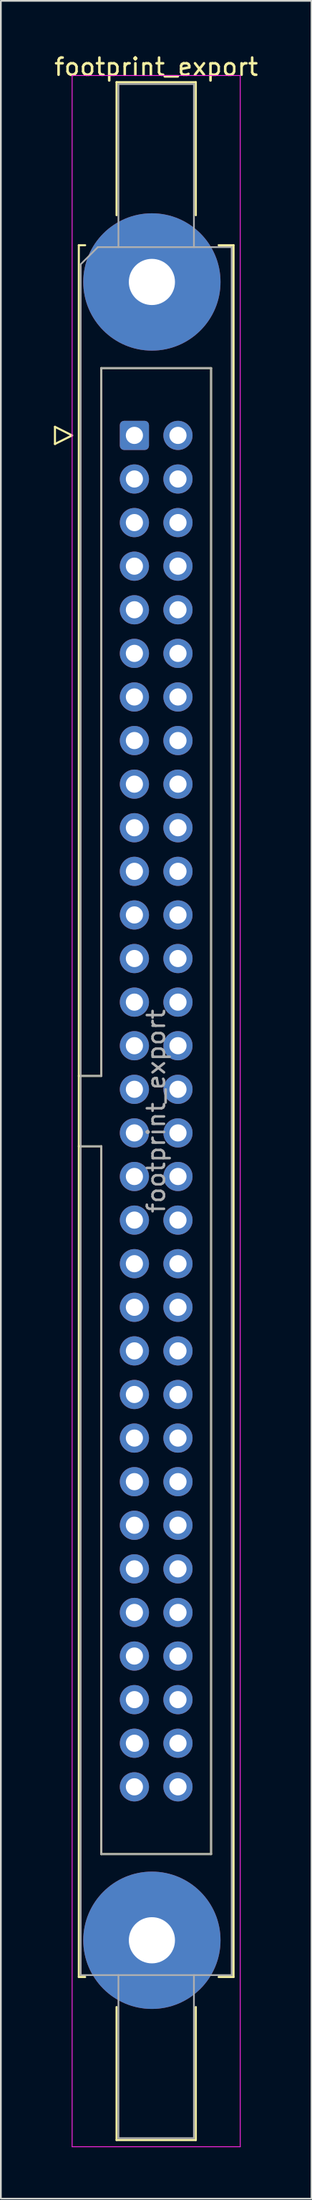
<source format=kicad_pcb>
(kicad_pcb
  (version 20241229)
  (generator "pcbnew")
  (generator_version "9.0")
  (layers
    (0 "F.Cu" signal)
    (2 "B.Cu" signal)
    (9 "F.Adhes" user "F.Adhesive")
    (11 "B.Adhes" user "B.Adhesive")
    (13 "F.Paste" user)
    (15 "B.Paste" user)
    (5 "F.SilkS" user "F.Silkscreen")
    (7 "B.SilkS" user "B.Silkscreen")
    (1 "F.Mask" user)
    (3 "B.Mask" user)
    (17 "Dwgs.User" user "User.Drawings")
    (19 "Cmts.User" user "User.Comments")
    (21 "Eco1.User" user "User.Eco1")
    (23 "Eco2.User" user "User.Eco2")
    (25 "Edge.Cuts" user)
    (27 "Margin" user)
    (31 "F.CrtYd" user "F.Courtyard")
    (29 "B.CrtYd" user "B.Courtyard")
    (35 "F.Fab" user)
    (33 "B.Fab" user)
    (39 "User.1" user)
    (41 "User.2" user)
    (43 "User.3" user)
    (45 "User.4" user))
  (footprint "footprint_export"
    (layer "F.Cu")
    (at 4.784 22.318)
    (property "Reference" "footprint_export" (at 1.27 -21.47 0) (layer "F.SilkS") (effects (font (size 1 1) (thickness 0.15))))
    (attr through_hole)
    (fp_line (start -4.63 -0.5) (end -4.63 0.5) (stroke (width 0.12) (type solid)) (layer "F.SilkS"))
    (fp_line (start -4.63 0.5) (end -3.63 0) (stroke (width 0.12) (type solid)) (layer "F.SilkS"))
    (fp_line (start -3.63 0) (end -4.63 -0.5) (stroke (width 0.12) (type solid)) (layer "F.SilkS"))
    (fp_line (start -3.24 -11.08) (end -3.24 89.82) (stroke (width 0.12) (type solid)) (layer "F.SilkS"))
    (fp_line (start -3.24 37.32) (end -1.93 37.32) (stroke (width 0.12) (type solid)) (layer "F.SilkS"))
    (fp_line (start -3.24 89.82) (end -2.87 89.82) (stroke (width 0.12) (type solid)) (layer "F.SilkS"))
    (fp_line (start -2.87 -11.08) (end -3.24 -11.08) (stroke (width 0.12) (type solid)) (layer "F.SilkS"))
    (fp_line (start -1.93 -3.92) (end 4.47 -3.92) (stroke (width 0.12) (type solid)) (layer "F.SilkS"))
    (fp_line (start -1.93 37.32) (end -1.93 -3.92) (stroke (width 0.12) (type solid)) (layer "F.SilkS"))
    (fp_line (start -1.93 41.42) (end -3.24 41.42) (stroke (width 0.12) (type solid)) (layer "F.SilkS"))
    (fp_line (start -1.93 41.42) (end -1.93 41.42) (stroke (width 0.12) (type solid)) (layer "F.SilkS"))
    (fp_line (start -1.93 82.66) (end -1.93 41.42) (stroke (width 0.12) (type solid)) (layer "F.SilkS"))
    (fp_line (start -1.04 -20.58) (end 3.58 -20.58) (stroke (width 0.12) (type solid)) (layer "F.SilkS"))
    (fp_line (start -1.04 -12.83) (end -1.04 -20.58) (stroke (width 0.12) (type solid)) (layer "F.SilkS"))
    (fp_line (start -1.04 91.57) (end -1.04 99.32) (stroke (width 0.12) (type solid)) (layer "F.SilkS"))
    (fp_line (start -1.04 99.32) (end 3.58 99.32) (stroke (width 0.12) (type solid)) (layer "F.SilkS"))
    (fp_line (start 3.58 -20.58) (end 3.58 -12.83) (stroke (width 0.12) (type solid)) (layer "F.SilkS"))
    (fp_line (start 3.58 99.32) (end 3.58 91.57) (stroke (width 0.12) (type solid)) (layer "F.SilkS"))
    (fp_line (start 4.47 -3.92) (end 4.47 82.66) (stroke (width 0.12) (type solid)) (layer "F.SilkS"))
    (fp_line (start 4.47 82.66) (end -1.93 82.66) (stroke (width 0.12) (type solid)) (layer "F.SilkS"))
    (fp_line (start 4.91 -11.08) (end 5.78 -11.08) (stroke (width 0.12) (type solid)) (layer "F.SilkS"))
    (fp_line (start 5.78 -11.08) (end 5.78 89.82) (stroke (width 0.12) (type solid)) (layer "F.SilkS"))
    (fp_line (start 5.78 89.82) (end 4.91 89.82) (stroke (width 0.12) (type solid)) (layer "F.SilkS"))
    (fp_line (start -3.63 -20.97) (end -3.63 99.71) (stroke (width 0.05) (type solid)) (layer "F.CrtYd"))
    (fp_line (start -3.63 99.71) (end 6.17 99.71) (stroke (width 0.05) (type solid)) (layer "F.CrtYd"))
    (fp_line (start 6.17 -20.97) (end -3.63 -20.97) (stroke (width 0.05) (type solid)) (layer "F.CrtYd"))
    (fp_line (start 6.17 99.71) (end 6.17 -20.97) (stroke (width 0.05) (type solid)) (layer "F.CrtYd"))
    (fp_line (start -3.13 -9.97) (end -2.13 -10.97) (stroke (width 0.1) (type solid)) (layer "F.Fab"))
    (fp_line (start -3.13 37.32) (end -1.93 37.32) (stroke (width 0.1) (type solid)) (layer "F.Fab"))
    (fp_line (start -3.13 89.71) (end -3.13 -9.97) (stroke (width 0.1) (type solid)) (layer "F.Fab"))
    (fp_line (start -2.13 -10.97) (end 5.67 -10.97) (stroke (width 0.1) (type solid)) (layer "F.Fab"))
    (fp_line (start -1.93 -3.92) (end 4.47 -3.92) (stroke (width 0.1) (type solid)) (layer "F.Fab"))
    (fp_line (start -1.93 37.32) (end -1.93 -3.92) (stroke (width 0.1) (type solid)) (layer "F.Fab"))
    (fp_line (start -1.93 41.42) (end -3.13 41.42) (stroke (width 0.1) (type solid)) (layer "F.Fab"))
    (fp_line (start -1.93 41.42) (end -1.93 41.42) (stroke (width 0.1) (type solid)) (layer "F.Fab"))
    (fp_line (start -1.93 82.66) (end -1.93 41.42) (stroke (width 0.1) (type solid)) (layer "F.Fab"))
    (fp_line (start -0.93 -20.47) (end 3.47 -20.47) (stroke (width 0.1) (type solid)) (layer "F.Fab"))
    (fp_line (start -0.93 -10.97) (end -0.93 -20.47) (stroke (width 0.1) (type solid)) (layer "F.Fab"))
    (fp_line (start -0.93 89.71) (end -0.93 99.21) (stroke (width 0.1) (type solid)) (layer "F.Fab"))
    (fp_line (start -0.93 99.21) (end 3.47 99.21) (stroke (width 0.1) (type solid)) (layer "F.Fab"))
    (fp_line (start 3.47 -20.47) (end 3.47 -10.97) (stroke (width 0.1) (type solid)) (layer "F.Fab"))
    (fp_line (start 3.47 99.21) (end 3.47 89.71) (stroke (width 0.1) (type solid)) (layer "F.Fab"))
    (fp_line (start 4.47 -3.92) (end 4.47 82.66) (stroke (width 0.1) (type solid)) (layer "F.Fab"))
    (fp_line (start 4.47 82.66) (end -1.93 82.66) (stroke (width 0.1) (type solid)) (layer "F.Fab"))
    (fp_line (start 5.67 -10.97) (end 5.67 89.71) (stroke (width 0.1) (type solid)) (layer "F.Fab"))
    (fp_line (start 5.67 89.71) (end -3.13 89.71) (stroke (width 0.1) (type solid)) (layer "F.Fab"))
    (fp_text user "${REFERENCE}" (at 1.27 39.37 90) (layer "F.Fab") (effects (font (size 1 1) (thickness 0.15))))
    (pad "1" thru_hole roundrect (at 0 0) (size 1.7 1.7) (drill 1) (layers "*.Cu" "*.Mask") (roundrect_rratio 0.147))
    (pad "2" thru_hole circle (at 2.54 0) (size 1.7 1.7) (drill 1) (layers "*.Cu" "*.Mask"))
    (pad "3" thru_hole circle (at 0 2.54) (size 1.7 1.7) (drill 1) (layers "*.Cu" "*.Mask"))
    (pad "4" thru_hole circle (at 2.54 2.54) (size 1.7 1.7) (drill 1) (layers "*.Cu" "*.Mask"))
    (pad "5" thru_hole circle (at 0 5.08) (size 1.7 1.7) (drill 1) (layers "*.Cu" "*.Mask"))
    (pad "6" thru_hole circle (at 2.54 5.08) (size 1.7 1.7) (drill 1) (layers "*.Cu" "*.Mask"))
    (pad "7" thru_hole circle (at 0 7.62) (size 1.7 1.7) (drill 1) (layers "*.Cu" "*.Mask"))
    (pad "8" thru_hole circle (at 2.54 7.62) (size 1.7 1.7) (drill 1) (layers "*.Cu" "*.Mask"))
    (pad "9" thru_hole circle (at 0 10.16) (size 1.7 1.7) (drill 1) (layers "*.Cu" "*.Mask"))
    (pad "10" thru_hole circle (at 2.54 10.16) (size 1.7 1.7) (drill 1) (layers "*.Cu" "*.Mask"))
    (pad "11" thru_hole circle (at 0 12.7) (size 1.7 1.7) (drill 1) (layers "*.Cu" "*.Mask"))
    (pad "12" thru_hole circle (at 2.54 12.7) (size 1.7 1.7) (drill 1) (layers "*.Cu" "*.Mask"))
    (pad "13" thru_hole circle (at 0 15.24) (size 1.7 1.7) (drill 1) (layers "*.Cu" "*.Mask"))
    (pad "14" thru_hole circle (at 2.54 15.24) (size 1.7 1.7) (drill 1) (layers "*.Cu" "*.Mask"))
    (pad "15" thru_hole circle (at 0 17.78) (size 1.7 1.7) (drill 1) (layers "*.Cu" "*.Mask"))
    (pad "16" thru_hole circle (at 2.54 17.78) (size 1.7 1.7) (drill 1) (layers "*.Cu" "*.Mask"))
    (pad "17" thru_hole circle (at 0 20.32) (size 1.7 1.7) (drill 1) (layers "*.Cu" "*.Mask"))
    (pad "18" thru_hole circle (at 2.54 20.32) (size 1.7 1.7) (drill 1) (layers "*.Cu" "*.Mask"))
    (pad "19" thru_hole circle (at 0 22.86) (size 1.7 1.7) (drill 1) (layers "*.Cu" "*.Mask"))
    (pad "20" thru_hole circle (at 2.54 22.86) (size 1.7 1.7) (drill 1) (layers "*.Cu" "*.Mask"))
    (pad "21" thru_hole circle (at 0 25.4) (size 1.7 1.7) (drill 1) (layers "*.Cu" "*.Mask"))
    (pad "22" thru_hole circle (at 2.54 25.4) (size 1.7 1.7) (drill 1) (layers "*.Cu" "*.Mask"))
    (pad "23" thru_hole circle (at 0 27.94) (size 1.7 1.7) (drill 1) (layers "*.Cu" "*.Mask"))
    (pad "24" thru_hole circle (at 2.54 27.94) (size 1.7 1.7) (drill 1) (layers "*.Cu" "*.Mask"))
    (pad "25" thru_hole circle (at 0 30.48) (size 1.7 1.7) (drill 1) (layers "*.Cu" "*.Mask"))
    (pad "26" thru_hole circle (at 2.54 30.48) (size 1.7 1.7) (drill 1) (layers "*.Cu" "*.Mask"))
    (pad "27" thru_hole circle (at 0 33.02) (size 1.7 1.7) (drill 1) (layers "*.Cu" "*.Mask"))
    (pad "28" thru_hole circle (at 2.54 33.02) (size 1.7 1.7) (drill 1) (layers "*.Cu" "*.Mask"))
    (pad "29" thru_hole circle (at 0 35.56) (size 1.7 1.7) (drill 1) (layers "*.Cu" "*.Mask"))
    (pad "30" thru_hole circle (at 2.54 35.56) (size 1.7 1.7) (drill 1) (layers "*.Cu" "*.Mask"))
    (pad "31" thru_hole circle (at 0 38.1) (size 1.7 1.7) (drill 1) (layers "*.Cu" "*.Mask"))
    (pad "32" thru_hole circle (at 2.54 38.1) (size 1.7 1.7) (drill 1) (layers "*.Cu" "*.Mask"))
    (pad "33" thru_hole circle (at 0 40.64) (size 1.7 1.7) (drill 1) (layers "*.Cu" "*.Mask"))
    (pad "34" thru_hole circle (at 2.54 40.64) (size 1.7 1.7) (drill 1) (layers "*.Cu" "*.Mask"))
    (pad "35" thru_hole circle (at 0 43.18) (size 1.7 1.7) (drill 1) (layers "*.Cu" "*.Mask"))
    (pad "36" thru_hole circle (at 2.54 43.18) (size 1.7 1.7) (drill 1) (layers "*.Cu" "*.Mask"))
    (pad "37" thru_hole circle (at 0 45.72) (size 1.7 1.7) (drill 1) (layers "*.Cu" "*.Mask"))
    (pad "38" thru_hole circle (at 2.54 45.72) (size 1.7 1.7) (drill 1) (layers "*.Cu" "*.Mask"))
    (pad "39" thru_hole circle (at 0 48.26) (size 1.7 1.7) (drill 1) (layers "*.Cu" "*.Mask"))
    (pad "40" thru_hole circle (at 2.54 48.26) (size 1.7 1.7) (drill 1) (layers "*.Cu" "*.Mask"))
    (pad "41" thru_hole circle (at 0 50.8) (size 1.7 1.7) (drill 1) (layers "*.Cu" "*.Mask"))
    (pad "42" thru_hole circle (at 2.54 50.8) (size 1.7 1.7) (drill 1) (layers "*.Cu" "*.Mask"))
    (pad "43" thru_hole circle (at 0 53.34) (size 1.7 1.7) (drill 1) (layers "*.Cu" "*.Mask"))
    (pad "44" thru_hole circle (at 2.54 53.34) (size 1.7 1.7) (drill 1) (layers "*.Cu" "*.Mask"))
    (pad "45" thru_hole circle (at 0 55.88) (size 1.7 1.7) (drill 1) (layers "*.Cu" "*.Mask"))
    (pad "46" thru_hole circle (at 2.54 55.88) (size 1.7 1.7) (drill 1) (layers "*.Cu" "*.Mask"))
    (pad "47" thru_hole circle (at 0 58.42) (size 1.7 1.7) (drill 1) (layers "*.Cu" "*.Mask"))
    (pad "48" thru_hole circle (at 2.54 58.42) (size 1.7 1.7) (drill 1) (layers "*.Cu" "*.Mask"))
    (pad "49" thru_hole circle (at 0 60.96) (size 1.7 1.7) (drill 1) (layers "*.Cu" "*.Mask"))
    (pad "50" thru_hole circle (at 2.54 60.96) (size 1.7 1.7) (drill 1) (layers "*.Cu" "*.Mask"))
    (pad "51" thru_hole circle (at 0 63.5) (size 1.7 1.7) (drill 1) (layers "*.Cu" "*.Mask"))
    (pad "52" thru_hole circle (at 2.54 63.5) (size 1.7 1.7) (drill 1) (layers "*.Cu" "*.Mask"))
    (pad "53" thru_hole circle (at 0 66.04) (size 1.7 1.7) (drill 1) (layers "*.Cu" "*.Mask"))
    (pad "54" thru_hole circle (at 2.54 66.04) (size 1.7 1.7) (drill 1) (layers "*.Cu" "*.Mask"))
    (pad "55" thru_hole circle (at 0 68.58) (size 1.7 1.7) (drill 1) (layers "*.Cu" "*.Mask"))
    (pad "56" thru_hole circle (at 2.54 68.58) (size 1.7 1.7) (drill 1) (layers "*.Cu" "*.Mask"))
    (pad "57" thru_hole circle (at 0 71.12) (size 1.7 1.7) (drill 1) (layers "*.Cu" "*.Mask"))
    (pad "58" thru_hole circle (at 2.54 71.12) (size 1.7 1.7) (drill 1) (layers "*.Cu" "*.Mask"))
    (pad "59" thru_hole circle (at 0 73.66) (size 1.7 1.7) (drill 1) (layers "*.Cu" "*.Mask"))
    (pad "60" thru_hole circle (at 2.54 73.66) (size 1.7 1.7) (drill 1) (layers "*.Cu" "*.Mask"))
    (pad "61" thru_hole circle (at 0 76.2) (size 1.7 1.7) (drill 1) (layers "*.Cu" "*.Mask"))
    (pad "62" thru_hole circle (at 2.54 76.2) (size 1.7 1.7) (drill 1) (layers "*.Cu" "*.Mask"))
    (pad "63" thru_hole circle (at 0 78.74) (size 1.7 1.7) (drill 1) (layers "*.Cu" "*.Mask"))
    (pad "64" thru_hole circle (at 2.54 78.74) (size 1.7 1.7) (drill 1) (layers "*.Cu" "*.Mask"))
    (pad "MP" thru_hole circle (at 1.02 -8.94) (size 8 8) (drill 2.69) (layers "*.Cu" "*.Mask"))
    (pad "MP" thru_hole circle (at 1.02 87.68) (size 8 8) (drill 2.69) (layers "*.Cu" "*.Mask")))
  (gr_rect
    (start -3 -3)
    (end 15.107 125.053)
    (stroke (width 0.1) (type default))
    (fill no)
    (layer "Edge.Cuts")))
</source>
